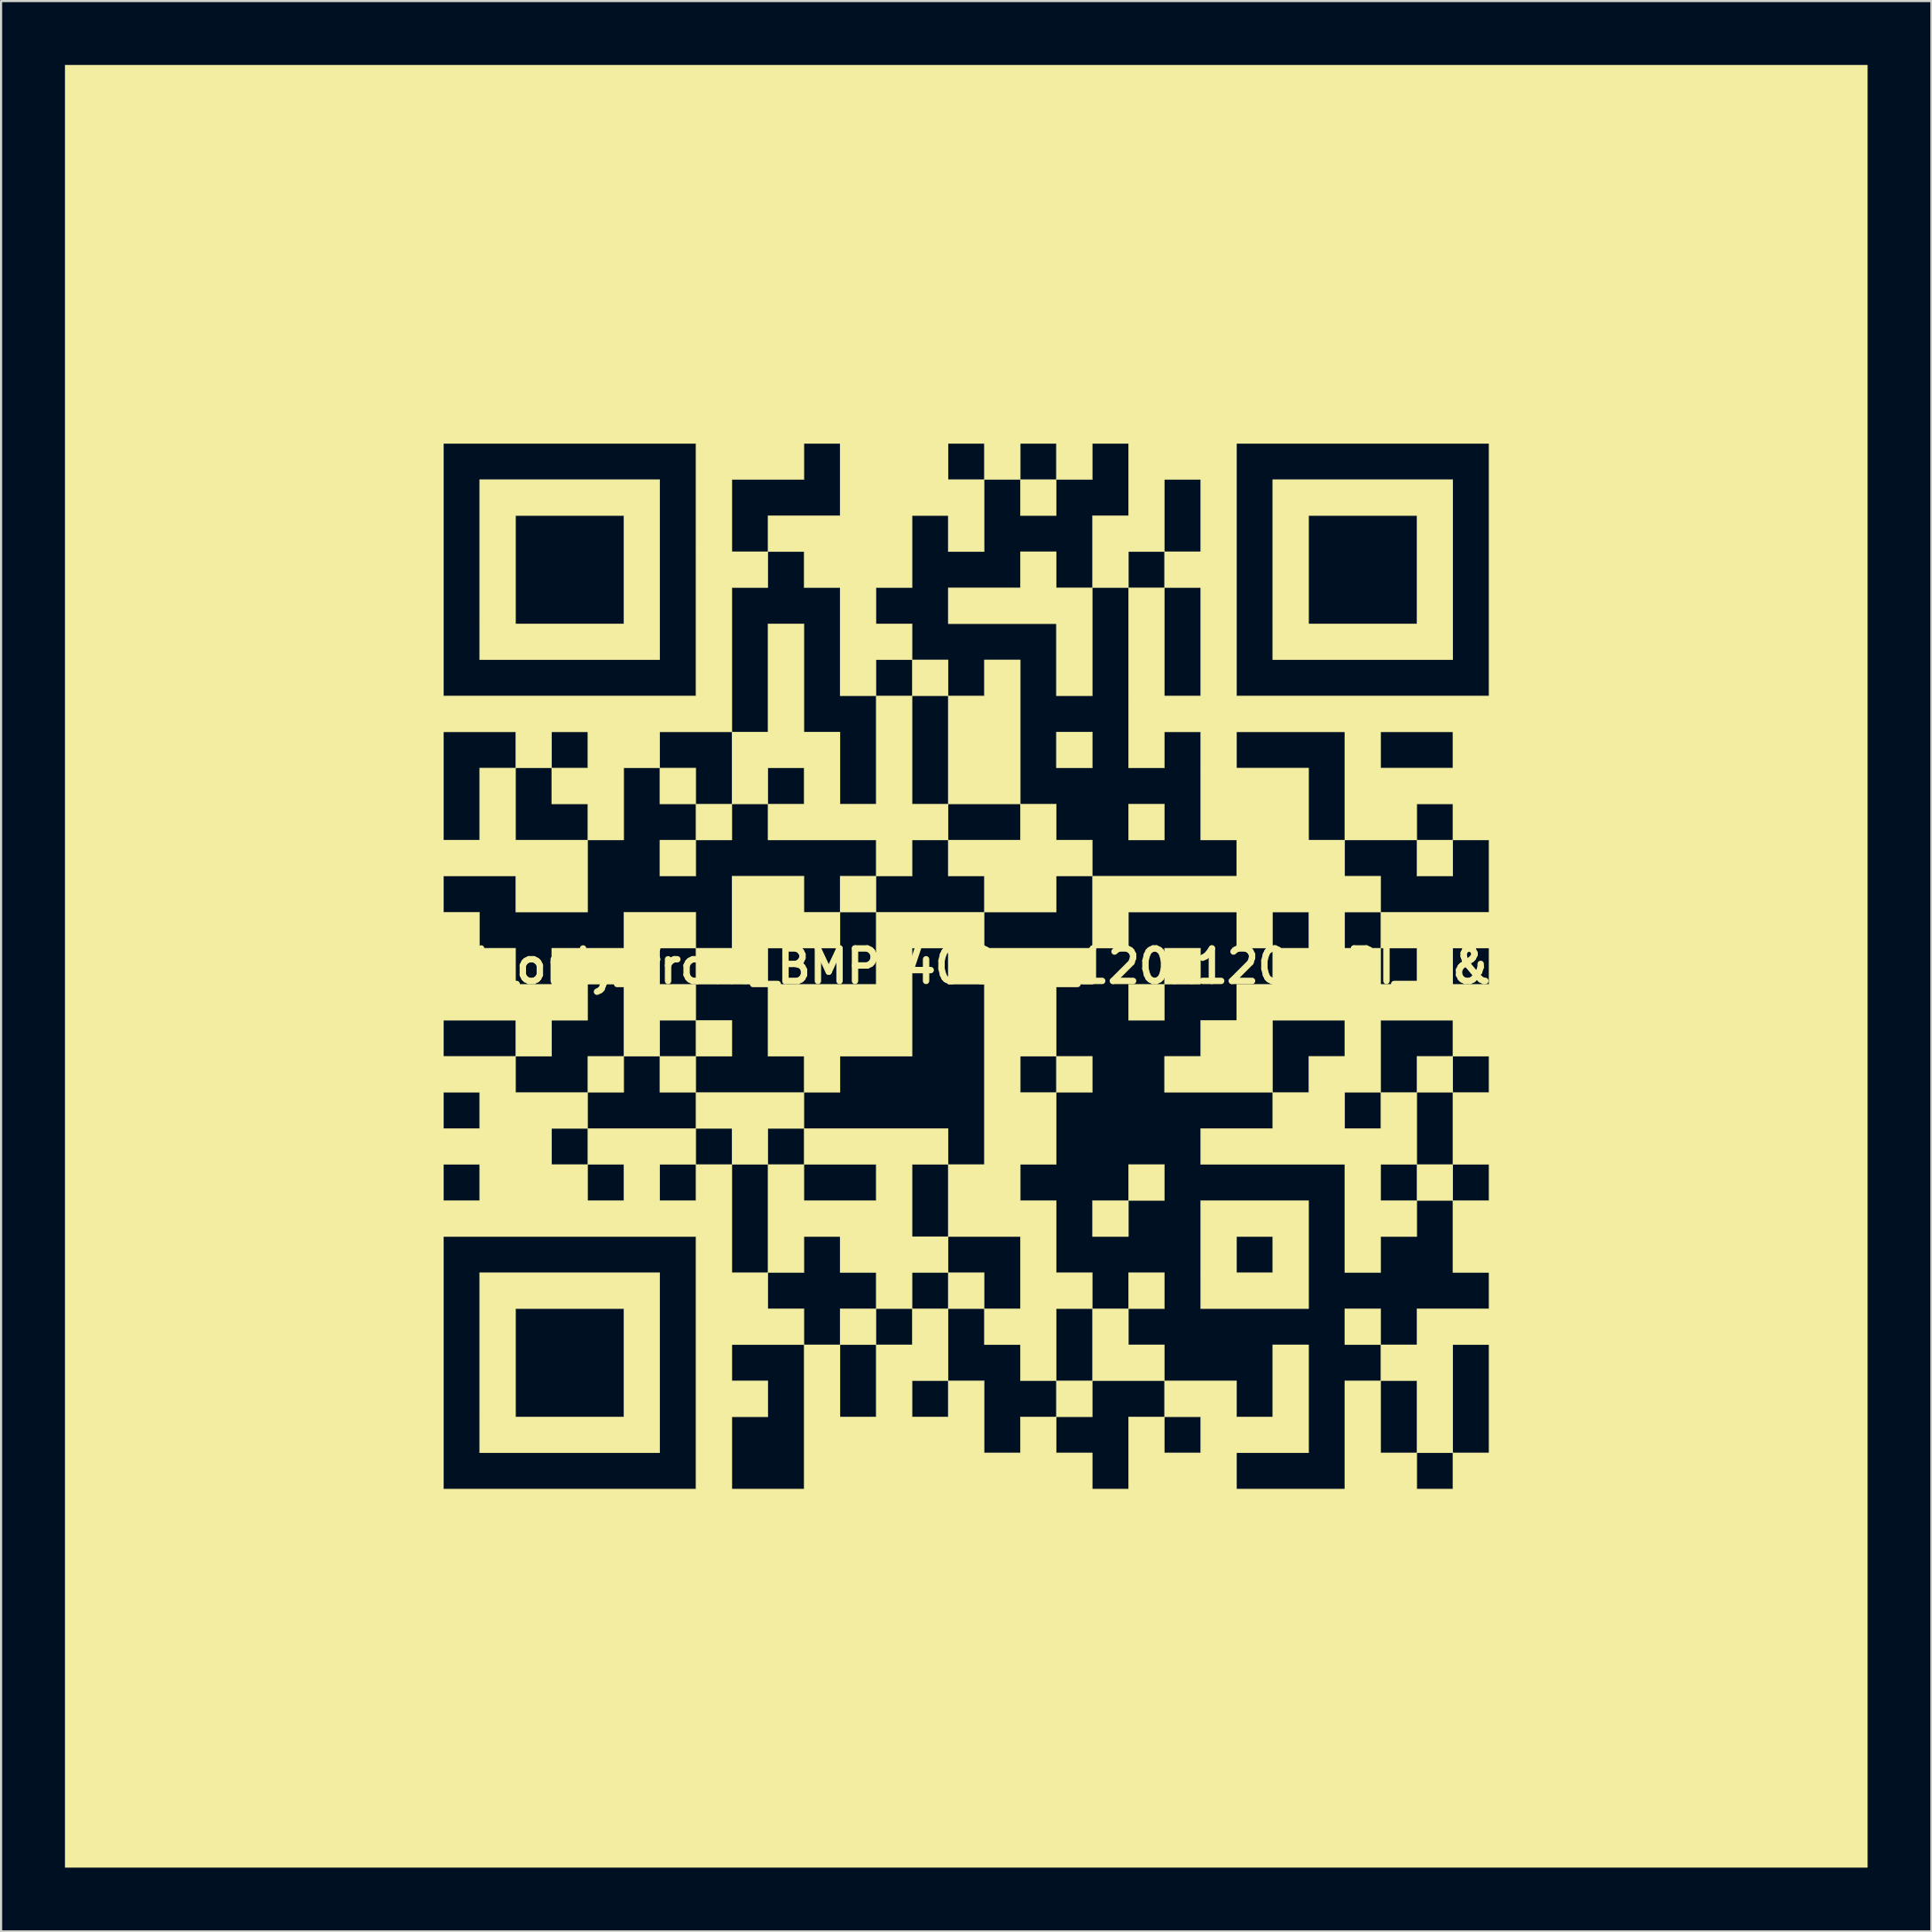
<source format=kicad_pcb>
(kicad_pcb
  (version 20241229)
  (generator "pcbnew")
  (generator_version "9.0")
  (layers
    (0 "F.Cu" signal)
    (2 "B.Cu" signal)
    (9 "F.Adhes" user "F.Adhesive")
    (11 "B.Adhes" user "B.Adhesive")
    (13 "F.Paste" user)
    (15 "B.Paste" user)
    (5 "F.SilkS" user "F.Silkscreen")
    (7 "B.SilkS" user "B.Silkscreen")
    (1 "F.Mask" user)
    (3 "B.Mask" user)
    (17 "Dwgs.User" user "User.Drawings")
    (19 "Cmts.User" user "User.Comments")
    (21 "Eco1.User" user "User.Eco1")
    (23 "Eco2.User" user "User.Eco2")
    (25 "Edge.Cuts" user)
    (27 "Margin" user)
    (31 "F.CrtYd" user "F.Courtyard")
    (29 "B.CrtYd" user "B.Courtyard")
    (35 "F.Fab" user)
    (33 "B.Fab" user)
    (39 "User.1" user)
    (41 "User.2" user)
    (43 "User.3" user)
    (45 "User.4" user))
  (footprint "qr-code_text_only_from_BMP_400px_120x120_DPI_B&W_Negative"
    (layer "F.Cu")
    (at 42.338 42.338)
    (property "Reference" "qr-code_text_only_from_BMP_400px_120x120_DPI_B&W_Negative" (at 0 0 0) (layer "F.SilkS") (effects (font (size 1.524 1.524) (thickness 0.3))))
    (attr through_hole)
    (fp_poly (pts (xy -16.087 5.927) (xy -17.78 5.927) (xy -17.78 4.233) (xy -16.087 4.233) (xy -16.087 5.927)) (stroke (width 0.01) (type solid)) (fill yes) (layer "F.SilkS"))
    (fp_poly (pts (xy -12.7 -7.62) (xy -14.393 -7.62) (xy -14.393 -9.313) (xy -12.7 -9.313) (xy -12.7 -7.62)) (stroke (width 0.01) (type solid)) (fill yes) (layer "F.SilkS"))
    (fp_poly (pts (xy -12.7 -4.233) (xy -14.393 -4.233) (xy -14.393 -5.927) (xy -12.7 -5.927) (xy -12.7 -4.233)) (stroke (width 0.01) (type solid)) (fill yes) (layer "F.SilkS"))
    (fp_poly (pts (xy -12.7 5.927) (xy -14.393 5.927) (xy -14.393 4.233) (xy -12.7 4.233) (xy -12.7 5.927)) (stroke (width 0.01) (type solid)) (fill yes) (layer "F.SilkS"))
    (fp_poly (pts (xy -11.007 -5.927) (xy -12.7 -5.927) (xy -12.7 -7.62) (xy -11.007 -7.62) (xy -11.007 -5.927)) (stroke (width 0.01) (type solid)) (fill yes) (layer "F.SilkS"))
    (fp_poly (pts (xy -11.007 4.233) (xy -12.7 4.233) (xy -12.7 2.54) (xy -11.007 2.54) (xy -11.007 4.233)) (stroke (width 0.01) (type solid)) (fill yes) (layer "F.SilkS"))
    (fp_poly (pts (xy -4.233 17.78) (xy -5.927 17.78) (xy -5.927 16.087) (xy -4.233 16.087) (xy -4.233 17.78)) (stroke (width 0.01) (type solid)) (fill yes) (layer "F.SilkS"))
    (fp_poly (pts (xy 4.233 -21.167) (xy 2.54 -21.167) (xy 2.54 -22.86) (xy 4.233 -22.86) (xy 4.233 -21.167)) (stroke (width 0.01) (type solid)) (fill yes) (layer "F.SilkS"))
    (fp_poly (pts (xy 5.927 -9.313) (xy 4.233 -9.313) (xy 4.233 -11.007) (xy 5.927 -11.007) (xy 5.927 -9.313)) (stroke (width 0.01) (type solid)) (fill yes) (layer "F.SilkS"))
    (fp_poly (pts (xy 5.927 5.927) (xy 4.233 5.927) (xy 4.233 4.233) (xy 5.927 4.233) (xy 5.927 5.927)) (stroke (width 0.01) (type solid)) (fill yes) (layer "F.SilkS"))
    (fp_poly (pts (xy 5.927 21.167) (xy 4.233 21.167) (xy 4.233 19.473) (xy 5.927 19.473) (xy 5.927 21.167)) (stroke (width 0.01) (type solid)) (fill yes) (layer "F.SilkS"))
    (fp_poly (pts (xy 7.62 12.7) (xy 5.927 12.7) (xy 5.927 11.007) (xy 7.62 11.007) (xy 7.62 12.7)) (stroke (width 0.01) (type solid)) (fill yes) (layer "F.SilkS"))
    (fp_poly (pts (xy 9.313 -5.927) (xy 7.62 -5.927) (xy 7.62 -7.62) (xy 9.313 -7.62) (xy 9.313 -5.927)) (stroke (width 0.01) (type solid)) (fill yes) (layer "F.SilkS"))
    (fp_poly (pts (xy 9.313 2.54) (xy 7.62 2.54) (xy 7.62 0.847) (xy 9.313 0.847) (xy 9.313 2.54)) (stroke (width 0.01) (type solid)) (fill yes) (layer "F.SilkS"))
    (fp_poly (pts (xy 9.313 11.007) (xy 7.62 11.007) (xy 7.62 9.313) (xy 9.313 9.313) (xy 9.313 11.007)) (stroke (width 0.01) (type solid)) (fill yes) (layer "F.SilkS"))
    (fp_poly (pts (xy 9.313 16.087) (xy 7.62 16.087) (xy 7.62 14.393) (xy 9.313 14.393) (xy 9.313 16.087)) (stroke (width 0.01) (type solid)) (fill yes) (layer "F.SilkS"))
    (fp_poly (pts (xy 11.007 0.847) (xy 9.313 0.847) (xy 9.313 -0.847) (xy 11.007 -0.847) (xy 11.007 0.847)) (stroke (width 0.01) (type solid)) (fill yes) (layer "F.SilkS"))
    (fp_poly (pts (xy 19.473 17.78) (xy 17.78 17.78) (xy 17.78 16.087) (xy 19.473 16.087) (xy 19.473 17.78)) (stroke (width 0.01) (type solid)) (fill yes) (layer "F.SilkS"))
    (fp_poly (pts (xy 22.86 -4.233) (xy 21.167 -4.233) (xy 21.167 -5.927) (xy 22.86 -5.927) (xy 22.86 -4.233)) (stroke (width 0.01) (type solid)) (fill yes) (layer "F.SilkS"))
    (fp_poly (pts (xy 22.86 5.927) (xy 21.167 5.927) (xy 21.167 4.233) (xy 22.86 4.233) (xy 22.86 5.927)) (stroke (width 0.01) (type solid)) (fill yes) (layer "F.SilkS"))
    (fp_poly (pts (xy 22.86 11.007) (xy 21.167 11.007) (xy 21.167 9.313) (xy 22.86 9.313) (xy 22.86 11.007)) (stroke (width 0.01) (type solid)) (fill yes) (layer "F.SilkS"))
    (fp_poly (pts (xy 7.62 17.78) (xy 9.313 17.78) (xy 9.313 19.473) (xy 5.927 19.473) (xy 5.927 16.087) (xy 7.62 16.087) (xy 7.62 17.78)) (stroke (width 0.01) (type solid)) (fill yes) (layer "F.SilkS"))
    (fp_poly (pts (xy 4.233 -17.78) (xy 5.927 -17.78) (xy 5.927 -12.7) (xy 4.233 -12.7) (xy 4.233 -16.087) (xy -0.847 -16.087) (xy -0.847 -17.78) (xy 2.54 -17.78) (xy 2.54 -19.473) (xy 4.233 -19.473) (xy 4.233 -17.78)) (stroke (width 0.01) (type solid)) (fill yes) (layer "F.SilkS"))
    (fp_poly (pts (xy -14.393 -14.393) (xy -22.86 -14.393) (xy -22.86 -21.167) (xy -21.167 -21.167) (xy -21.167 -16.087) (xy -16.087 -16.087) (xy -16.087 -21.167) (xy -21.167 -21.167) (xy -22.86 -21.167) (xy -22.86 -22.86) (xy -14.393 -22.86) (xy -14.393 -14.393)) (stroke (width 0.01) (type solid)) (fill yes) (layer "F.SilkS"))
    (fp_poly (pts (xy -14.393 22.86) (xy -22.86 22.86) (xy -22.86 16.087) (xy -21.167 16.087) (xy -21.167 21.167) (xy -16.087 21.167) (xy -16.087 16.087) (xy -21.167 16.087) (xy -22.86 16.087) (xy -22.86 14.393) (xy -14.393 14.393) (xy -14.393 22.86)) (stroke (width 0.01) (type solid)) (fill yes) (layer "F.SilkS"))
    (fp_poly (pts (xy 16.087 16.087) (xy 11.007 16.087) (xy 11.007 12.7) (xy 12.7 12.7) (xy 12.7 14.393) (xy 14.393 14.393) (xy 14.393 12.7) (xy 12.7 12.7) (xy 11.007 12.7) (xy 11.007 11.007) (xy 16.087 11.007) (xy 16.087 16.087)) (stroke (width 0.01) (type solid)) (fill yes) (layer "F.SilkS"))
    (fp_poly (pts (xy 22.86 -14.393) (xy 14.393 -14.393) (xy 14.393 -21.167) (xy 16.087 -21.167) (xy 16.087 -16.087) (xy 21.167 -16.087) (xy 21.167 -21.167) (xy 16.087 -21.167) (xy 14.393 -21.167) (xy 14.393 -22.86) (xy 22.86 -22.86) (xy 22.86 -14.393)) (stroke (width 0.01) (type solid)) (fill yes) (layer "F.SilkS"))
    (fp_poly (pts (xy -2.54 14.393) (xy -2.54 16.087) (xy -4.233 16.087) (xy -4.233 14.393) (xy -5.927 14.393) (xy -5.927 12.7) (xy -7.62 12.7) (xy -7.62 14.393) (xy -9.313 14.393) (xy -9.313 9.313) (xy -11.007 9.313) (xy -11.007 7.62) (xy -9.313 7.62) (xy -9.313 9.313) (xy -7.62 9.313) (xy -7.62 11.007) (xy -4.233 11.007) (xy -4.233 9.313) (xy -2.54 9.313) (xy -2.54 12.7) (xy -0.847 12.7) (xy -0.847 14.393) (xy 0.847 14.393) (xy 0.847 16.087) (xy 2.54 16.087) (xy 2.54 12.7) (xy -0.847 12.7) (xy -0.847 9.313) (xy -2.54 9.313) (xy -4.233 9.313) (xy -7.62 9.313) (xy -7.62 7.62) (xy -9.313 7.62) (xy -11.007 7.62) (xy -12.7 7.62) (xy -12.7 5.927) (xy -7.62 5.927) (xy -7.62 7.62) (xy -0.847 7.62) (xy -0.847 9.313) (xy 0.847 9.313) (xy 0.847 0.847) (xy -0.847 0.847) (xy -0.847 -0.847) (xy -2.54 -0.847) (xy -2.54 4.233) (xy -5.927 4.233) (xy -5.927 5.927) (xy -7.62 5.927) (xy -7.62 4.233) (xy -9.313 4.233) (xy -9.313 0.847) (xy -12.7 0.847) (xy -12.7 -0.847) (xy -11.007 -0.847) (xy -9.313 -0.847) (xy -9.313 0.847) (xy -4.233 0.847) (xy -4.233 -2.54) (xy -5.927 -2.54) (xy -5.927 -0.847) (xy -9.313 -0.847) (xy -11.007 -0.847) (xy -11.007 -4.233) (xy -7.62 -4.233) (xy -7.62 -2.54) (xy -5.927 -2.54) (xy -5.927 -4.233) (xy -4.233 -4.233) (xy -4.233 -2.54) (xy 0.847 -2.54) (xy 0.847 -4.233) (xy -0.847 -4.233) (xy -0.847 -5.927) (xy -2.54 -5.927) (xy -2.54 -4.233) (xy -4.233 -4.233) (xy -4.233 -5.927) (xy -9.313 -5.927) (xy -9.313 -7.62) (xy -11.007 -7.62) (xy -11.007 -9.313) (xy -9.313 -9.313) (xy -9.313 -7.62) (xy -7.62 -7.62) (xy -7.62 -9.313) (xy -9.313 -9.313) (xy -11.007 -9.313) (xy -11.007 -11.007) (xy -9.313 -11.007) (xy -9.313 -16.087) (xy -7.62 -16.087) (xy -7.62 -11.007) (xy -5.927 -11.007) (xy -5.927 -7.62) (xy -4.233 -7.62) (xy -4.233 -12.7) (xy -2.54 -12.7) (xy -2.54 -7.62) (xy -0.847 -7.62) (xy -0.847 -5.927) (xy 2.54 -5.927) (xy 2.54 -7.62) (xy -0.847 -7.62) (xy -0.847 -12.7) (xy -2.54 -12.7) (xy -2.54 -14.393) (xy -0.847 -14.393) (xy -0.847 -12.7) (xy 0.847 -12.7) (xy 0.847 -14.393) (xy 2.54 -14.393) (xy 2.54 -7.62) (xy 4.233 -7.62) (xy 4.233 -5.927) (xy 5.927 -5.927) (xy 5.927 -4.233) (xy 4.233 -4.233) (xy 4.233 -2.54) (xy 0.847 -2.54) (xy 0.847 -0.847) (xy 5.927 -0.847) (xy 5.927 0.847) (xy 4.233 0.847) (xy 4.233 4.233) (xy 2.54 4.233) (xy 2.54 5.927) (xy 4.233 5.927) (xy 4.233 9.313) (xy 2.54 9.313) (xy 2.54 11.007) (xy 4.233 11.007) (xy 4.233 14.393) (xy 5.927 14.393) (xy 5.927 16.087) (xy 4.233 16.087) (xy 4.233 19.473) (xy 2.54 19.473) (xy 2.54 17.78) (xy 0.847 17.78) (xy 0.847 16.087) (xy -0.847 16.087) (xy -0.847 14.393) (xy -2.54 14.393)) (stroke (width 0.01) (type solid)) (fill yes) (layer "F.SilkS"))
    (fp_poly (pts (xy 42.333 42.333) (xy -42.333 42.333) (xy -42.333 12.7) (xy -24.553 12.7) (xy -24.553 24.553) (xy -12.7 24.553) (xy -12.7 17.78) (xy -11.007 17.78) (xy -11.007 19.473) (xy -9.313 19.473) (xy -9.313 21.167) (xy -11.007 21.167) (xy -11.007 24.553) (xy -7.62 24.553) (xy -7.62 17.78) (xy -11.007 17.78) (xy -12.7 17.78) (xy -12.7 12.7) (xy -24.553 12.7) (xy -42.333 12.7) (xy -42.333 9.313) (xy -24.553 9.313) (xy -24.553 11.007) (xy -22.86 11.007) (xy -22.86 9.313) (xy -24.553 9.313) (xy -42.333 9.313) (xy -42.333 5.927) (xy -24.553 5.927) (xy -24.553 7.62) (xy -22.86 7.62) (xy -19.473 7.62) (xy -19.473 9.313) (xy -17.78 9.313) (xy -17.78 11.007) (xy -16.087 11.007) (xy -16.087 9.313) (xy -14.393 9.313) (xy -14.393 11.007) (xy -12.7 11.007) (xy -12.7 9.313) (xy -14.393 9.313) (xy -16.087 9.313) (xy -17.78 9.313) (xy -17.78 7.62) (xy -19.473 7.62) (xy -22.86 7.62) (xy -22.86 5.927) (xy -24.553 5.927) (xy -42.333 5.927) (xy -42.333 2.54) (xy -24.553 2.54) (xy -24.553 4.233) (xy -21.167 4.233) (xy -21.167 2.54) (xy -24.553 2.54) (xy -42.333 2.54) (xy -42.333 -4.233) (xy -24.553 -4.233) (xy -24.553 -2.54) (xy -22.86 -2.54) (xy -22.86 -0.847) (xy -21.167 -0.847) (xy -21.167 0.847) (xy -19.473 0.847) (xy -19.473 -0.847) (xy -16.087 -0.847) (xy -16.087 -2.54) (xy -12.7 -2.54) (xy -12.7 -0.847) (xy -14.393 -0.847) (xy -14.393 0.847) (xy -12.7 0.847) (xy -12.7 2.54) (xy -14.393 2.54) (xy -14.393 4.233) (xy -16.087 4.233) (xy -16.087 0.847) (xy -17.78 0.847) (xy -17.78 2.54) (xy -19.473 2.54) (xy -19.473 4.233) (xy -21.167 4.233) (xy -21.167 5.927) (xy -17.78 5.927) (xy -17.78 7.62) (xy -12.7 7.62) (xy -12.7 9.313) (xy -11.007 9.313) (xy -11.007 14.393) (xy -9.313 14.393) (xy -9.313 16.087) (xy -7.62 16.087) (xy -7.62 17.78) (xy -5.927 17.78) (xy -5.927 21.167) (xy -4.233 21.167) (xy -4.233 19.473) (xy -2.54 19.473) (xy -2.54 21.167) (xy -0.847 21.167) (xy -0.847 19.473) (xy -2.54 19.473) (xy -4.233 19.473) (xy -4.233 17.78) (xy -2.54 17.78) (xy -2.54 16.087) (xy -0.847 16.087) (xy -0.847 19.473) (xy 0.847 19.473) (xy 0.847 22.86) (xy 2.54 22.86) (xy 2.54 21.167) (xy 4.233 21.167) (xy 4.233 22.86) (xy 5.927 22.86) (xy 5.927 24.553) (xy 7.62 24.553) (xy 7.62 21.167) (xy 9.313 21.167) (xy 9.313 22.86) (xy 11.007 22.86) (xy 11.007 21.167) (xy 9.313 21.167) (xy 9.313 19.473) (xy 12.7 19.473) (xy 12.7 21.167) (xy 14.393 21.167) (xy 14.393 17.78) (xy 16.087 17.78) (xy 16.087 22.86) (xy 12.7 22.86) (xy 12.7 24.553) (xy 17.78 24.553) (xy 17.78 19.473) (xy 19.473 19.473) (xy 19.473 22.86) (xy 21.167 22.86) (xy 21.167 24.553) (xy 22.86 24.553) (xy 22.86 22.86) (xy 21.167 22.86) (xy 21.167 19.473) (xy 19.473 19.473) (xy 19.473 17.78) (xy 21.167 17.78) (xy 22.86 17.78) (xy 22.86 22.86) (xy 24.553 22.86) (xy 24.553 17.78) (xy 22.86 17.78) (xy 21.167 17.78) (xy 21.167 16.087) (xy 24.553 16.087) (xy 24.553 14.393) (xy 22.86 14.393) (xy 22.86 11.007) (xy 24.553 11.007) (xy 24.553 9.313) (xy 22.86 9.313) (xy 22.86 5.927) (xy 24.553 5.927) (xy 24.553 4.233) (xy 22.86 4.233) (xy 22.86 2.54) (xy 19.473 2.54) (xy 19.473 5.927) (xy 21.167 5.927) (xy 21.167 9.313) (xy 19.473 9.313) (xy 19.473 11.007) (xy 21.167 11.007) (xy 21.167 12.7) (xy 19.473 12.7) (xy 19.473 14.393) (xy 17.78 14.393) (xy 17.78 9.313) (xy 11.007 9.313) (xy 11.007 7.62) (xy 14.393 7.62) (xy 14.393 5.927) (xy 9.313 5.927) (xy 9.313 4.233) (xy 11.007 4.233) (xy 11.007 2.54) (xy 12.7 2.54) (xy 14.393 2.54) (xy 14.393 5.927) (xy 16.087 5.927) (xy 17.78 5.927) (xy 17.78 7.62) (xy 19.473 7.62) (xy 19.473 5.927) (xy 17.78 5.927) (xy 16.087 5.927) (xy 16.087 4.233) (xy 17.78 4.233) (xy 17.78 2.54) (xy 14.393 2.54) (xy 12.7 2.54) (xy 12.7 0.847) (xy 14.393 0.847) (xy 14.393 -0.847) (xy 12.7 -0.847) (xy 12.7 -2.54) (xy 14.393 -2.54) (xy 14.393 -0.847) (xy 16.087 -0.847) (xy 16.087 -2.54) (xy 17.78 -2.54) (xy 17.78 -0.847) (xy 19.473 -0.847) (xy 19.473 0.847) (xy 21.167 0.847) (xy 21.167 -0.847) (xy 22.86 -0.847) (xy 22.86 0.847) (xy 24.553 0.847) (xy 24.553 -0.847) (xy 22.86 -0.847) (xy 21.167 -0.847) (xy 19.473 -0.847) (xy 19.473 -2.54) (xy 17.78 -2.54) (xy 16.087 -2.54) (xy 14.393 -2.54) (xy 12.7 -2.54) (xy 7.62 -2.54) (xy 7.62 -0.847) (xy 5.927 -0.847) (xy 5.927 -4.233) (xy 12.7 -4.233) (xy 12.7 -5.927) (xy 11.007 -5.927) (xy 11.007 -11.007) (xy 12.7 -11.007) (xy 12.7 -9.313) (xy 16.087 -9.313) (xy 16.087 -5.927) (xy 17.78 -5.927) (xy 17.78 -4.233) (xy 19.473 -4.233) (xy 19.473 -2.54) (xy 24.553 -2.54) (xy 24.553 -5.927) (xy 22.86 -5.927) (xy 22.86 -7.62) (xy 21.167 -7.62) (xy 21.167 -5.927) (xy 17.78 -5.927) (xy 17.78 -11.007) (xy 19.473 -11.007) (xy 19.473 -9.313) (xy 22.86 -9.313) (xy 22.86 -11.007) (xy 19.473 -11.007) (xy 17.78 -11.007) (xy 12.7 -11.007) (xy 11.007 -11.007) (xy 9.313 -11.007) (xy 9.313 -9.313) (xy 7.62 -9.313) (xy 7.62 -17.78) (xy 5.927 -17.78) (xy 5.927 -19.473) (xy 7.62 -19.473) (xy 7.62 -17.78) (xy 9.313 -17.78) (xy 9.313 -12.7) (xy 11.007 -12.7) (xy 11.007 -17.78) (xy 9.313 -17.78) (xy 9.313 -19.473) (xy 7.62 -19.473) (xy 5.927 -19.473) (xy 5.927 -21.167) (xy 7.62 -21.167) (xy 7.62 -22.86) (xy 9.313 -22.86) (xy 9.313 -19.473) (xy 11.007 -19.473) (xy 11.007 -22.86) (xy 9.313 -22.86) (xy 7.62 -22.86) (xy 7.62 -24.553) (xy 12.7 -24.553) (xy 12.7 -12.7) (xy 24.553 -12.7) (xy 24.553 -24.553) (xy 12.7 -24.553) (xy 7.62 -24.553) (xy 5.927 -24.553) (xy 5.927 -22.86) (xy 4.233 -22.86) (xy 4.233 -24.553) (xy 2.54 -24.553) (xy 2.54 -22.86) (xy 0.847 -22.86) (xy 0.847 -19.473) (xy -0.847 -19.473) (xy -0.847 -21.167) (xy -2.54 -21.167) (xy -2.54 -17.78) (xy -4.233 -17.78) (xy -4.233 -16.087) (xy -2.54 -16.087) (xy -2.54 -14.393) (xy -4.233 -14.393) (xy -4.233 -12.7) (xy -5.927 -12.7) (xy -5.927 -17.78) (xy -7.62 -17.78) (xy -7.62 -19.473) (xy -9.313 -19.473) (xy -9.313 -17.78) (xy -11.007 -17.78) (xy -11.007 -11.007) (xy -14.393 -11.007) (xy -14.393 -9.313) (xy -16.087 -9.313) (xy -16.087 -5.927) (xy -17.78 -5.927) (xy -17.78 -2.54) (xy -21.167 -2.54) (xy -21.167 -4.233) (xy -24.553 -4.233) (xy -42.333 -4.233) (xy -42.333 -11.007) (xy -24.553 -11.007) (xy -24.553 -5.927) (xy -22.86 -5.927) (xy -22.86 -9.313) (xy -21.167 -9.313) (xy -21.167 -5.927) (xy -17.78 -5.927) (xy -17.78 -7.62) (xy -19.473 -7.62) (xy -19.473 -9.313) (xy -21.167 -9.313) (xy -21.167 -11.007) (xy -19.473 -11.007) (xy -19.473 -9.313) (xy -17.78 -9.313) (xy -17.78 -11.007) (xy -19.473 -11.007) (xy -21.167 -11.007) (xy -24.553 -11.007) (xy -42.333 -11.007) (xy -42.333 -24.553) (xy -24.553 -24.553) (xy -24.553 -12.7) (xy -12.7 -12.7) (xy -12.7 -22.86) (xy -11.007 -22.86) (xy -11.007 -19.473) (xy -9.313 -19.473) (xy -9.313 -21.167) (xy -5.927 -21.167) (xy -5.927 -24.553) (xy -0.847 -24.553) (xy -0.847 -22.86) (xy 0.847 -22.86) (xy 0.847 -24.553) (xy -0.847 -24.553) (xy -5.927 -24.553) (xy -7.62 -24.553) (xy -7.62 -22.86) (xy -11.007 -22.86) (xy -12.7 -22.86) (xy -12.7 -24.553) (xy -24.553 -24.553) (xy -42.333 -24.553) (xy -42.333 -42.333) (xy 42.333 -42.333) (xy 42.333 42.333)) (stroke (width 0.01) (type solid)) (fill yes) (layer "F.SilkS")))
  (gr_rect
    (start -3 -3)
    (end 87.677 87.677)
    (stroke (width 0.1) (type default))
    (fill no)
    (layer "Edge.Cuts")))
</source>
